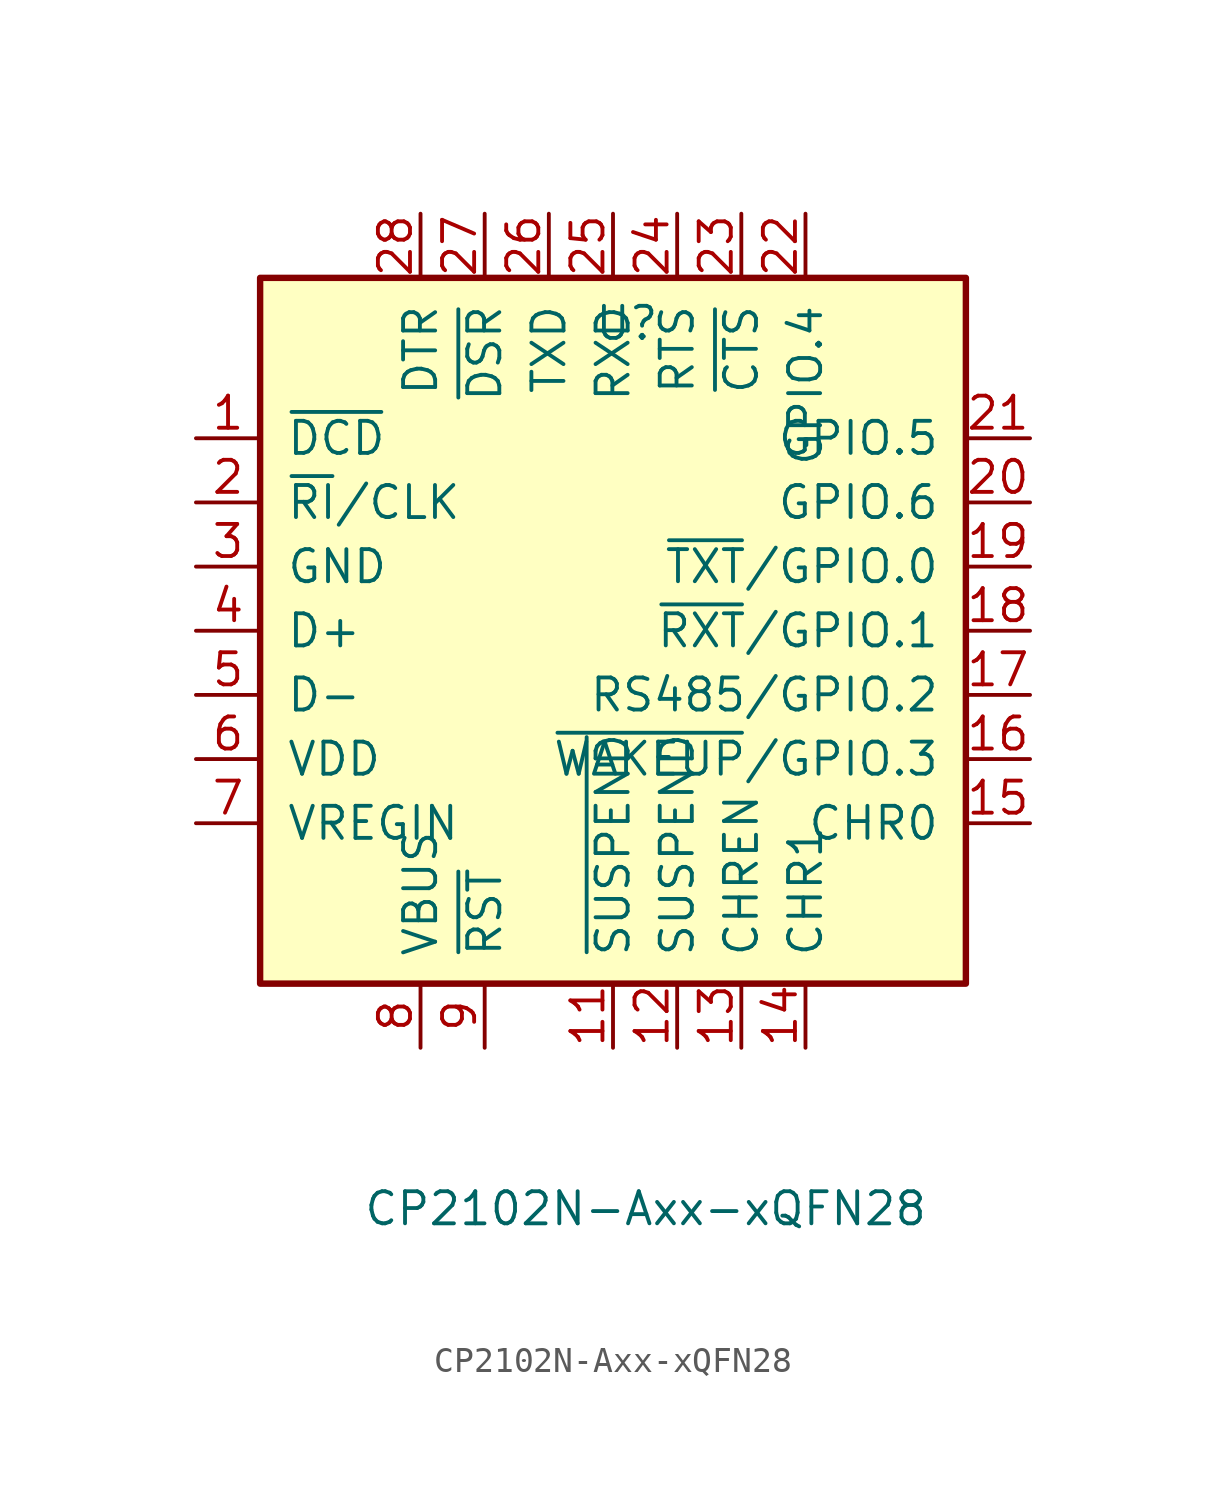
<source format=kicad_sym>
(kicad_symbol_lib
  (version 20231120)
  (generator "kicad_symbol_editor")
  (generator_version "8.0")
  (symbol "CP2102N-Axx-xQFN28"
    (pin_names
      (offset 1.016))
    (property "Reference" "U"
      (at -0.762 11.43 0)
      (effects (font (size 1.27 1.27)) (justify left bottom)))
    (property "Value" "CP2102N-Axx-xQFN28"
      (at -9.906 -23.622 0)
      (effects (font (size 1.27 1.27)) (justify left bottom)))
    (symbol "CP2102N-Axx-xQFN28_0_1"
      (rectangle (start -13.97 13.97) (end 13.97 -13.97) (stroke (width 0.254) (type default)) (fill (type background))))
    (symbol "CP2102N-Axx-xQFN28_1_1"
      (pin input line (at -16.51 7.62 0) (length 2.54) (name "~{DCD}" (effects (font (size 1.27 1.27)))) (number "1" (effects (font (size 1.27 1.27)))))
      (pin no_connect line (at -2.54 -16.51 90) (length 2.54) hide (name "NC" (effects (font (size 1.27 1.27)))) (number "10" (effects (font (size 1.27 1.27)))))
      (pin output line (at 0 -16.51 90) (length 2.54) (name "~{SUSPEND}" (effects (font (size 1.27 1.27)))) (number "11" (effects (font (size 1.27 1.27)))))
      (pin output line (at 2.54 -16.51 90) (length 2.54) (name "SUSPEND" (effects (font (size 1.27 1.27)))) (number "12" (effects (font (size 1.27 1.27)))))
      (pin output line (at 5.08 -16.51 90) (length 2.54) (name "CHREN" (effects (font (size 1.27 1.27)))) (number "13" (effects (font (size 1.27 1.27)))))
      (pin output line (at 7.62 -16.51 90) (length 2.54) (name "CHR1" (effects (font (size 1.27 1.27)))) (number "14" (effects (font (size 1.27 1.27)))))
      (pin output line (at 16.51 -7.62 180) (length 2.54) (name "CHR0" (effects (font (size 1.27 1.27)))) (number "15" (effects (font (size 1.27 1.27)))))
      (pin bidirectional line (at 16.51 -5.08 180) (length 2.54) (name "~{WAKEUP}/GPIO.3" (effects (font (size 1.27 1.27)))) (number "16" (effects (font (size 1.27 1.27)))))
      (pin bidirectional line (at 16.51 -2.54 180) (length 2.54) (name "RS485/GPIO.2" (effects (font (size 1.27 1.27)))) (number "17" (effects (font (size 1.27 1.27)))))
      (pin bidirectional line (at 16.51 0 180) (length 2.54) (name "~{RXT}/GPIO.1" (effects (font (size 1.27 1.27)))) (number "18" (effects (font (size 1.27 1.27)))))
      (pin bidirectional line (at 16.51 2.54 180) (length 2.54) (name "~{TXT}/GPIO.0" (effects (font (size 1.27 1.27)))) (number "19" (effects (font (size 1.27 1.27)))))
      (pin bidirectional line (at -16.51 5.08 0) (length 2.54) (name "~{RI}/CLK" (effects (font (size 1.27 1.27)))) (number "2" (effects (font (size 1.27 1.27)))))
      (pin bidirectional line (at 16.51 5.08 180) (length 2.54) (name "GPIO.6" (effects (font (size 1.27 1.27)))) (number "20" (effects (font (size 1.27 1.27)))))
      (pin bidirectional line (at 16.51 7.62 180) (length 2.54) (name "GPIO.5" (effects (font (size 1.27 1.27)))) (number "21" (effects (font (size 1.27 1.27)))))
      (pin bidirectional line (at 7.62 16.51 270) (length 2.54) (name "GPIO.4" (effects (font (size 1.27 1.27)))) (number "22" (effects (font (size 1.27 1.27)))))
      (pin input line (at 5.08 16.51 270) (length 2.54) (name "~{CTS}" (effects (font (size 1.27 1.27)))) (number "23" (effects (font (size 1.27 1.27)))))
      (pin output line (at 2.54 16.51 270) (length 2.54) (name "RTS" (effects (font (size 1.27 1.27)))) (number "24" (effects (font (size 1.27 1.27)))))
      (pin input line (at 0 16.51 270) (length 2.54) (name "RXD" (effects (font (size 1.27 1.27)))) (number "25" (effects (font (size 1.27 1.27)))))
      (pin output line (at -2.54 16.51 270) (length 2.54) (name "TXD" (effects (font (size 1.27 1.27)))) (number "26" (effects (font (size 1.27 1.27)))))
      (pin input line (at -5.08 16.51 270) (length 2.54) (name "~{DSR}" (effects (font (size 1.27 1.27)))) (number "27" (effects (font (size 1.27 1.27)))))
      (pin output line (at -7.62 16.51 270) (length 2.54) (name "DTR" (effects (font (size 1.27 1.27)))) (number "28" (effects (font (size 1.27 1.27)))))
      (pin passive line (at -16.51 2.54 0) (length 2.54) hide (name "GND" (effects (font (size 1.27 1.27)))) (number "29" (effects (font (size 1.27 1.27)))))
      (pin power_in line (at -16.51 2.54 0) (length 2.54) (name "GND" (effects (font (size 1.27 1.27)))) (number "3" (effects (font (size 1.27 1.27)))))
      (pin bidirectional line (at -16.51 0 0) (length 2.54) (name "D+" (effects (font (size 1.27 1.27)))) (number "4" (effects (font (size 1.27 1.27)))))
      (pin bidirectional line (at -16.51 -2.54 0) (length 2.54) (name "D-" (effects (font (size 1.27 1.27)))) (number "5" (effects (font (size 1.27 1.27)))))
      (pin power_in line (at -16.51 -5.08 0) (length 2.54) (name "VDD" (effects (font (size 1.27 1.27)))) (number "6" (effects (font (size 1.27 1.27)))))
      (pin power_in line (at -16.51 -7.62 0) (length 2.54) (name "VREGIN" (effects (font (size 1.27 1.27)))) (number "7" (effects (font (size 1.27 1.27)))))
      (pin input line (at -7.62 -16.51 90) (length 2.54) (name "VBUS" (effects (font (size 1.27 1.27)))) (number "8" (effects (font (size 1.27 1.27)))))
      (pin input line (at -5.08 -16.51 90) (length 2.54) (name "~{RST}" (effects (font (size 1.27 1.27)))) (number "9" (effects (font (size 1.27 1.27))))))))
</source>
